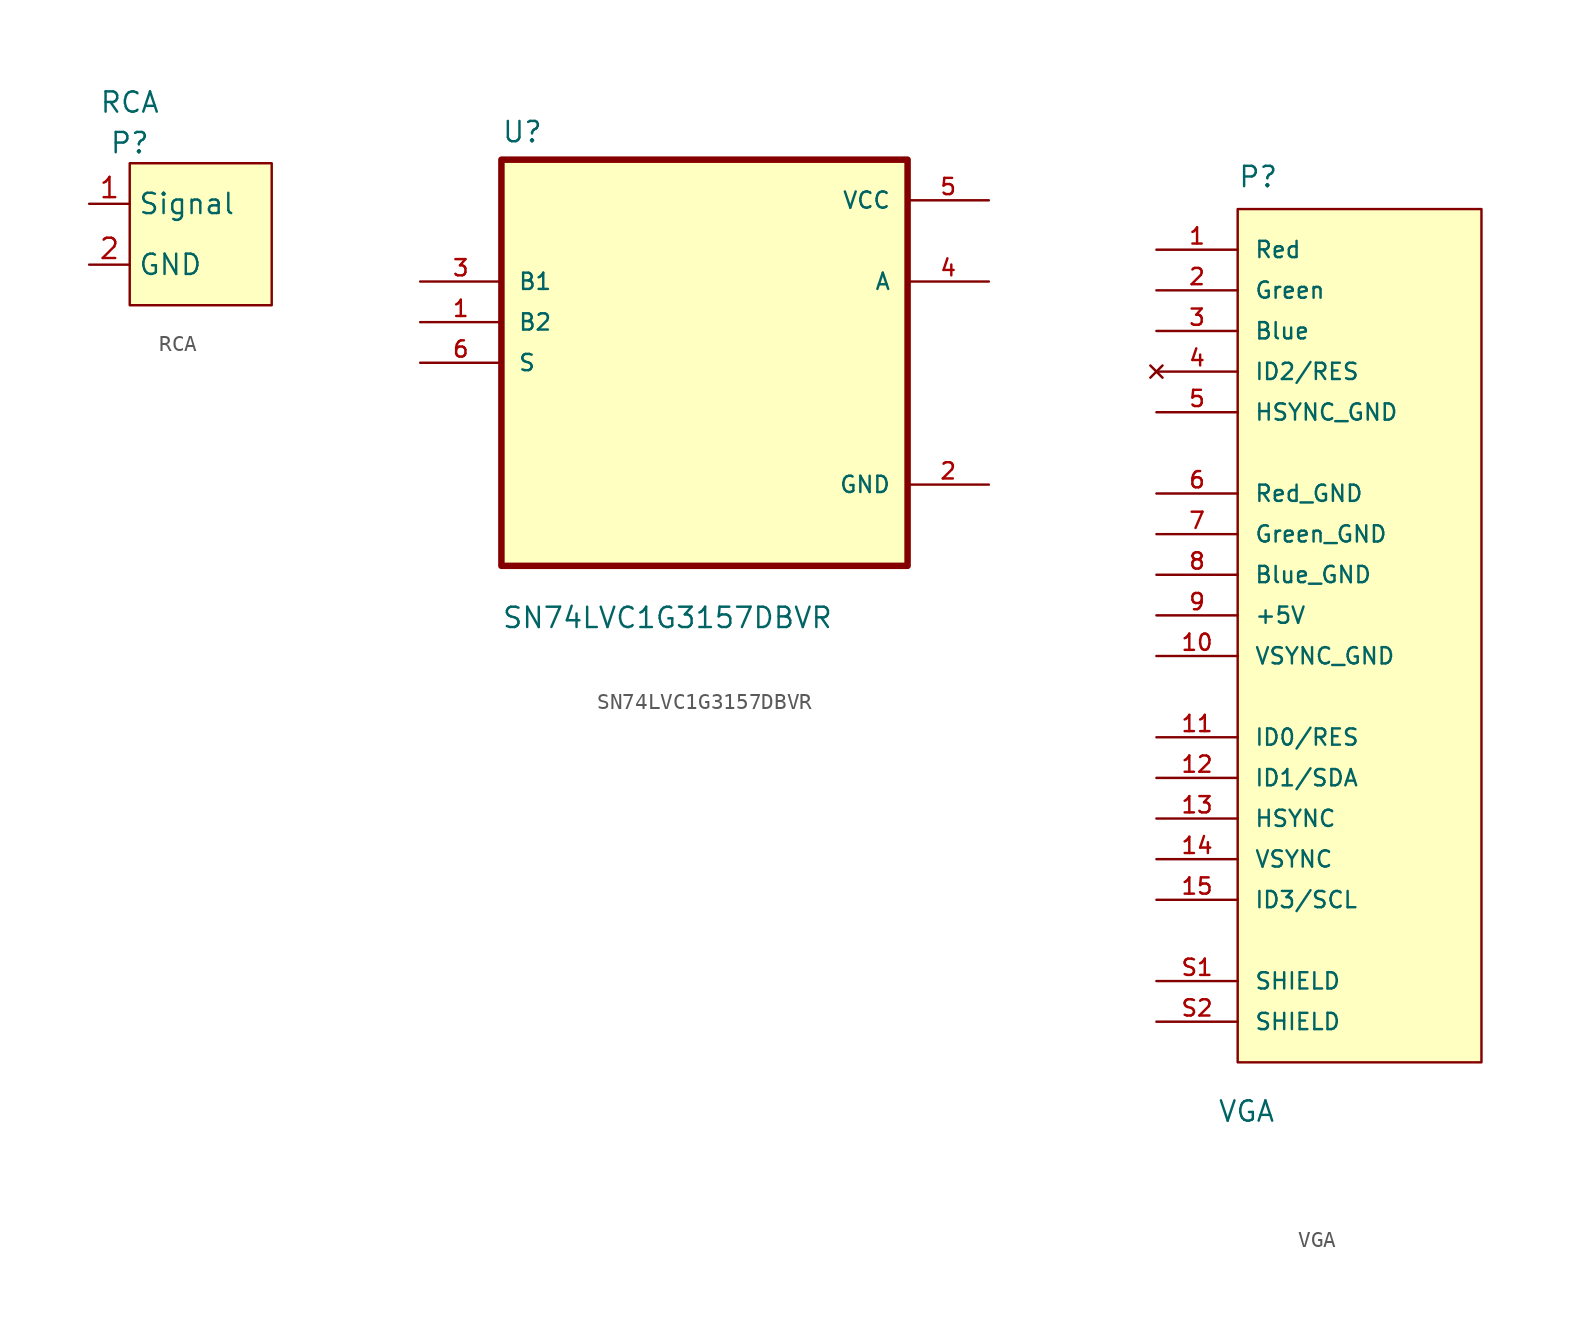
<source format=kicad_sym>
(kicad_symbol_lib
  (version 20211014)
  (generator kicad_symbol_editor)
  (symbol "RCA"
    (property "Reference" "P"
      (at 0 1.27 0)
      (effects (font (size 1.27 1.27))))
    (property "Value" "RCA"
      (at 0 3.81 0)
      (effects (font (size 1.27 1.27))))
    (symbol "RCA_0_1"
      (rectangle (start 0 0) (end 8.89 -8.89) (stroke (width 0.152) (type default) (color 0 0 0 0)) (fill (type background))))
    (symbol "RCA_1_1"
      (pin passive line (at -2.54 -2.54 0) (length 2.54) (name "Signal" (effects (font (size 1.27 1.27)))) (number "1" (effects (font (size 1.27 1.27)))))
      (pin passive line (at -2.54 -6.35 0) (length 2.54) (name "GND" (effects (font (size 1.27 1.27)))) (number "2" (effects (font (size 1.27 1.27)))))))
  (symbol "SN74LVC1G3157DBVR"
    (pin_names
      (offset 1.016))
    (property "Reference" "U"
      (at -12.7 13.691 0)
      (effects (font (size 1.27 1.27)) (justify left bottom)))
    (property "Value" "SN74LVC1G3157DBVR"
      (at -12.7 -16.688 0)
      (effects (font (size 1.27 1.27)) (justify left bottom)))
    (property "ki_locked" ""
      (at 0 0 0)
      (effects (font (size 1.27 1.27))))
    (symbol "SN74LVC1G3157DBVR_0_0"
      (rectangle (start -12.7 -12.7) (end 12.7 12.7) (stroke (width 0.406) (type default) (color 0 0 0 0)) (fill (type background)))
      (pin input line (at -17.78 2.54 0) (length 5.08) (name "B2" (effects (font (size 1.016 1.016)))) (number "1" (effects (font (size 1.016 1.016)))))
      (pin power_in line (at 17.78 -7.62 180) (length 5.08) (name "GND" (effects (font (size 1.016 1.016)))) (number "2" (effects (font (size 1.016 1.016)))))
      (pin input line (at -17.78 5.08 0) (length 5.08) (name "B1" (effects (font (size 1.016 1.016)))) (number "3" (effects (font (size 1.016 1.016)))))
      (pin output line (at 17.78 5.08 180) (length 5.08) (name "A" (effects (font (size 1.016 1.016)))) (number "4" (effects (font (size 1.016 1.016)))))
      (pin power_in line (at 17.78 10.16 180) (length 5.08) (name "VCC" (effects (font (size 1.016 1.016)))) (number "5" (effects (font (size 1.016 1.016)))))
      (pin input line (at -17.78 0 0) (length 5.08) (name "S" (effects (font (size 1.016 1.016)))) (number "6" (effects (font (size 1.016 1.016)))))))
  (symbol "VGA"
    (pin_names
      (offset 1.016))
    (property "Reference" "P"
      (at -7.62 26.67 0)
      (effects (font (size 1.27 1.27)) (justify left bottom)))
    (property "Value" "VGA"
      (at -8.89 -31.75 0)
      (effects (font (size 1.27 1.27)) (justify left bottom)))
    (symbol "VGA_0_0"
      (rectangle (start -7.62 -27.94) (end 7.62 25.4) (stroke (width 0.152) (type default) (color 0 0 0 0)) (fill (type background)))
      (pin passive line (at -12.7 22.86 0) (length 5.08) (name "Red" (effects (font (size 1.016 1.016)))) (number "1" (effects (font (size 1.016 1.016)))))
      (pin passive line (at -12.7 -2.54 0) (length 5.08) (name "VSYNC_GND" (effects (font (size 1.016 1.016)))) (number "10" (effects (font (size 1.016 1.016)))))
      (pin passive line (at -12.7 -7.62 0) (length 5.08) (name "ID0/RES" (effects (font (size 1.016 1.016)))) (number "11" (effects (font (size 1.016 1.016)))))
      (pin passive line (at -12.7 -10.16 0) (length 5.08) (name "ID1/SDA" (effects (font (size 1.016 1.016)))) (number "12" (effects (font (size 1.016 1.016)))))
      (pin passive line (at -12.7 -12.7 0) (length 5.08) (name "HSYNC" (effects (font (size 1.016 1.016)))) (number "13" (effects (font (size 1.016 1.016)))))
      (pin passive line (at -12.7 -15.24 0) (length 5.08) (name "VSYNC" (effects (font (size 1.016 1.016)))) (number "14" (effects (font (size 1.016 1.016)))))
      (pin passive line (at -12.7 -17.78 0) (length 5.08) (name "ID3/SCL" (effects (font (size 1.016 1.016)))) (number "15" (effects (font (size 1.016 1.016)))))
      (pin passive line (at -12.7 20.32 0) (length 5.08) (name "Green" (effects (font (size 1.016 1.016)))) (number "2" (effects (font (size 1.016 1.016)))))
      (pin passive line (at -12.7 17.78 0) (length 5.08) (name "Blue" (effects (font (size 1.016 1.016)))) (number "3" (effects (font (size 1.016 1.016)))))
      (pin no_connect line (at -12.7 15.24 0) (length 5.08) (name "ID2/RES" (effects (font (size 1.016 1.016)))) (number "4" (effects (font (size 1.016 1.016)))))
      (pin passive line (at -12.7 12.7 0) (length 5.08) (name "HSYNC_GND" (effects (font (size 1.016 1.016)))) (number "5" (effects (font (size 1.016 1.016)))))
      (pin passive line (at -12.7 7.62 0) (length 5.08) (name "Red_GND" (effects (font (size 1.016 1.016)))) (number "6" (effects (font (size 1.016 1.016)))))
      (pin passive line (at -12.7 5.08 0) (length 5.08) (name "Green_GND" (effects (font (size 1.016 1.016)))) (number "7" (effects (font (size 1.016 1.016)))))
      (pin passive line (at -12.7 2.54 0) (length 5.08) (name "Blue_GND" (effects (font (size 1.016 1.016)))) (number "8" (effects (font (size 1.016 1.016)))))
      (pin passive line (at -12.7 0 0) (length 5.08) (name "+5V" (effects (font (size 1.016 1.016)))) (number "9" (effects (font (size 1.016 1.016)))))
      (pin passive line (at -12.7 -22.86 0) (length 5.08) (name "SHIELD" (effects (font (size 1.016 1.016)))) (number "S1" (effects (font (size 1.016 1.016)))))
      (pin passive line (at -12.7 -25.4 0) (length 5.08) (name "SHIELD" (effects (font (size 1.016 1.016)))) (number "S2" (effects (font (size 1.016 1.016))))))))
</source>
